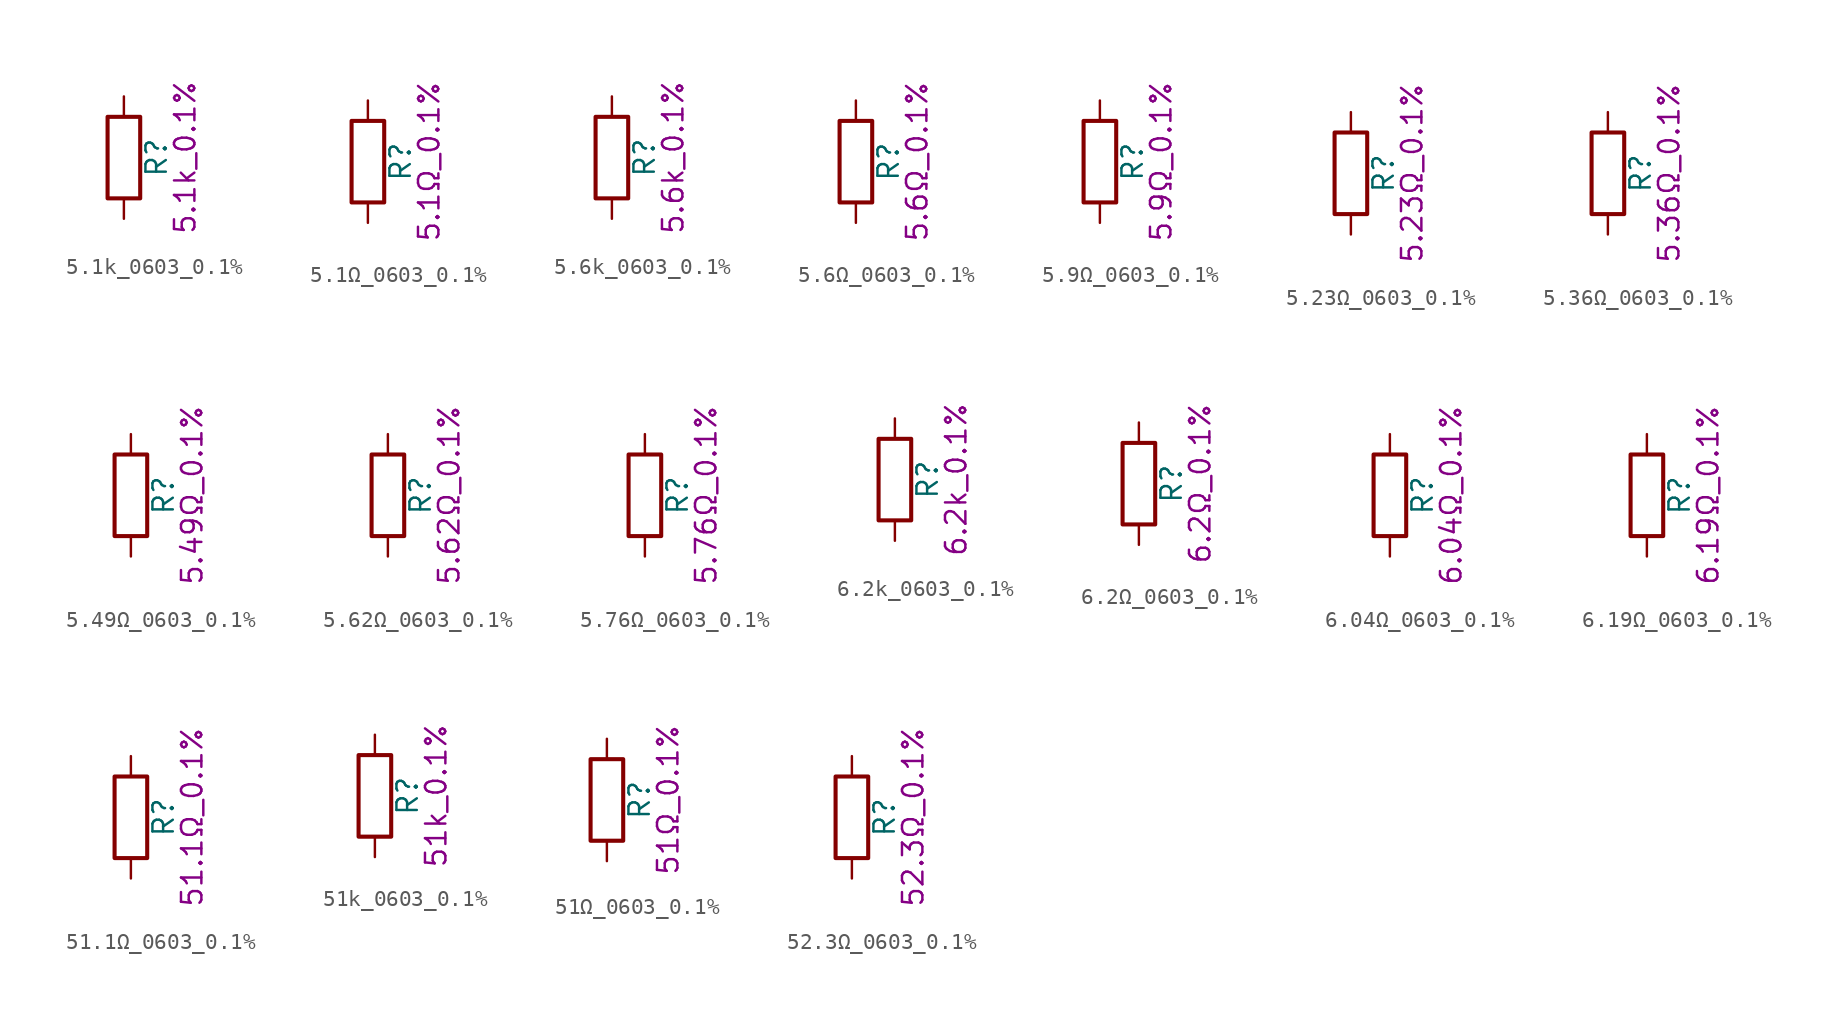
<source format=kicad_sym>
(kicad_symbol_lib
  (version 20211014)
  (generator kicad_symbol_editor)
  (symbol "5.1k_0603_0.1%"
    (pin_numbers hide)
    (pin_names
      (offset 0))
    (property "Reference" "R"
      (at 2.032 0 90)
      (effects (font (size 1.27 1.27))))
    (property "Display" "5.1k_0.1%"
      (at 3.81 0 90)
      (effects (font (size 1.27 1.27))))
    (symbol "5.1k_0603_0.1%_0_1"
      (rectangle (start -1.016 -2.54) (end 1.016 2.54) (stroke (width 0.254) (type default) (color 0 0 0 0)) (fill (type none))))
    (symbol "5.1k_0603_0.1%_1_1"
      (pin passive line (at 0 3.81 270) (length 1.27) (name "~" (effects (font (size 1.27 1.27)))) (number "1" (effects (font (size 1.27 1.27)))))
      (pin passive line (at 0 -3.81 90) (length 1.27) (name "~" (effects (font (size 1.27 1.27)))) (number "2" (effects (font (size 1.27 1.27)))))))
  (symbol "5.1Ω_0603_0.1%"
    (pin_numbers hide)
    (pin_names
      (offset 0))
    (property "Reference" "R"
      (at 2.032 0 90)
      (effects (font (size 1.27 1.27))))
    (property "Display" "5.1Ω_0.1%"
      (at 3.81 0 90)
      (effects (font (size 1.27 1.27))))
    (symbol "5.1Ω_0603_0.1%_0_1"
      (rectangle (start -1.016 -2.54) (end 1.016 2.54) (stroke (width 0.254) (type default) (color 0 0 0 0)) (fill (type none))))
    (symbol "5.1Ω_0603_0.1%_1_1"
      (pin passive line (at 0 3.81 270) (length 1.27) (name "~" (effects (font (size 1.27 1.27)))) (number "1" (effects (font (size 1.27 1.27)))))
      (pin passive line (at 0 -3.81 90) (length 1.27) (name "~" (effects (font (size 1.27 1.27)))) (number "2" (effects (font (size 1.27 1.27)))))))
  (symbol "5.6k_0603_0.1%"
    (pin_numbers hide)
    (pin_names
      (offset 0))
    (property "Reference" "R"
      (at 2.032 0 90)
      (effects (font (size 1.27 1.27))))
    (property "Display" "5.6k_0.1%"
      (at 3.81 0 90)
      (effects (font (size 1.27 1.27))))
    (symbol "5.6k_0603_0.1%_0_1"
      (rectangle (start -1.016 -2.54) (end 1.016 2.54) (stroke (width 0.254) (type default) (color 0 0 0 0)) (fill (type none))))
    (symbol "5.6k_0603_0.1%_1_1"
      (pin passive line (at 0 3.81 270) (length 1.27) (name "~" (effects (font (size 1.27 1.27)))) (number "1" (effects (font (size 1.27 1.27)))))
      (pin passive line (at 0 -3.81 90) (length 1.27) (name "~" (effects (font (size 1.27 1.27)))) (number "2" (effects (font (size 1.27 1.27)))))))
  (symbol "5.6Ω_0603_0.1%"
    (pin_numbers hide)
    (pin_names
      (offset 0))
    (property "Reference" "R"
      (at 2.032 0 90)
      (effects (font (size 1.27 1.27))))
    (property "Display" "5.6Ω_0.1%"
      (at 3.81 0 90)
      (effects (font (size 1.27 1.27))))
    (symbol "5.6Ω_0603_0.1%_0_1"
      (rectangle (start -1.016 -2.54) (end 1.016 2.54) (stroke (width 0.254) (type default) (color 0 0 0 0)) (fill (type none))))
    (symbol "5.6Ω_0603_0.1%_1_1"
      (pin passive line (at 0 3.81 270) (length 1.27) (name "~" (effects (font (size 1.27 1.27)))) (number "1" (effects (font (size 1.27 1.27)))))
      (pin passive line (at 0 -3.81 90) (length 1.27) (name "~" (effects (font (size 1.27 1.27)))) (number "2" (effects (font (size 1.27 1.27)))))))
  (symbol "5.9Ω_0603_0.1%"
    (pin_numbers hide)
    (pin_names
      (offset 0))
    (property "Reference" "R"
      (at 2.032 0 90)
      (effects (font (size 1.27 1.27))))
    (property "Display" "5.9Ω_0.1%"
      (at 3.81 0 90)
      (effects (font (size 1.27 1.27))))
    (symbol "5.9Ω_0603_0.1%_0_1"
      (rectangle (start -1.016 -2.54) (end 1.016 2.54) (stroke (width 0.254) (type default) (color 0 0 0 0)) (fill (type none))))
    (symbol "5.9Ω_0603_0.1%_1_1"
      (pin passive line (at 0 3.81 270) (length 1.27) (name "~" (effects (font (size 1.27 1.27)))) (number "1" (effects (font (size 1.27 1.27)))))
      (pin passive line (at 0 -3.81 90) (length 1.27) (name "~" (effects (font (size 1.27 1.27)))) (number "2" (effects (font (size 1.27 1.27)))))))
  (symbol "5.23Ω_0603_0.1%"
    (pin_numbers hide)
    (pin_names
      (offset 0))
    (property "Reference" "R"
      (at 2.032 0 90)
      (effects (font (size 1.27 1.27))))
    (property "Display" "5.23Ω_0.1%"
      (at 3.81 0 90)
      (effects (font (size 1.27 1.27))))
    (symbol "5.23Ω_0603_0.1%_0_1"
      (rectangle (start -1.016 -2.54) (end 1.016 2.54) (stroke (width 0.254) (type default) (color 0 0 0 0)) (fill (type none))))
    (symbol "5.23Ω_0603_0.1%_1_1"
      (pin passive line (at 0 3.81 270) (length 1.27) (name "~" (effects (font (size 1.27 1.27)))) (number "1" (effects (font (size 1.27 1.27)))))
      (pin passive line (at 0 -3.81 90) (length 1.27) (name "~" (effects (font (size 1.27 1.27)))) (number "2" (effects (font (size 1.27 1.27)))))))
  (symbol "5.36Ω_0603_0.1%"
    (pin_numbers hide)
    (pin_names
      (offset 0))
    (property "Reference" "R"
      (at 2.032 0 90)
      (effects (font (size 1.27 1.27))))
    (property "Display" "5.36Ω_0.1%"
      (at 3.81 0 90)
      (effects (font (size 1.27 1.27))))
    (symbol "5.36Ω_0603_0.1%_0_1"
      (rectangle (start -1.016 -2.54) (end 1.016 2.54) (stroke (width 0.254) (type default) (color 0 0 0 0)) (fill (type none))))
    (symbol "5.36Ω_0603_0.1%_1_1"
      (pin passive line (at 0 3.81 270) (length 1.27) (name "~" (effects (font (size 1.27 1.27)))) (number "1" (effects (font (size 1.27 1.27)))))
      (pin passive line (at 0 -3.81 90) (length 1.27) (name "~" (effects (font (size 1.27 1.27)))) (number "2" (effects (font (size 1.27 1.27)))))))
  (symbol "5.49Ω_0603_0.1%"
    (pin_numbers hide)
    (pin_names
      (offset 0))
    (property "Reference" "R"
      (at 2.032 0 90)
      (effects (font (size 1.27 1.27))))
    (property "Display" "5.49Ω_0.1%"
      (at 3.81 0 90)
      (effects (font (size 1.27 1.27))))
    (symbol "5.49Ω_0603_0.1%_0_1"
      (rectangle (start -1.016 -2.54) (end 1.016 2.54) (stroke (width 0.254) (type default) (color 0 0 0 0)) (fill (type none))))
    (symbol "5.49Ω_0603_0.1%_1_1"
      (pin passive line (at 0 3.81 270) (length 1.27) (name "~" (effects (font (size 1.27 1.27)))) (number "1" (effects (font (size 1.27 1.27)))))
      (pin passive line (at 0 -3.81 90) (length 1.27) (name "~" (effects (font (size 1.27 1.27)))) (number "2" (effects (font (size 1.27 1.27)))))))
  (symbol "5.62Ω_0603_0.1%"
    (pin_numbers hide)
    (pin_names
      (offset 0))
    (property "Reference" "R"
      (at 2.032 0 90)
      (effects (font (size 1.27 1.27))))
    (property "Display" "5.62Ω_0.1%"
      (at 3.81 0 90)
      (effects (font (size 1.27 1.27))))
    (symbol "5.62Ω_0603_0.1%_0_1"
      (rectangle (start -1.016 -2.54) (end 1.016 2.54) (stroke (width 0.254) (type default) (color 0 0 0 0)) (fill (type none))))
    (symbol "5.62Ω_0603_0.1%_1_1"
      (pin passive line (at 0 3.81 270) (length 1.27) (name "~" (effects (font (size 1.27 1.27)))) (number "1" (effects (font (size 1.27 1.27)))))
      (pin passive line (at 0 -3.81 90) (length 1.27) (name "~" (effects (font (size 1.27 1.27)))) (number "2" (effects (font (size 1.27 1.27)))))))
  (symbol "5.76Ω_0603_0.1%"
    (pin_numbers hide)
    (pin_names
      (offset 0))
    (property "Reference" "R"
      (at 2.032 0 90)
      (effects (font (size 1.27 1.27))))
    (property "Display" "5.76Ω_0.1%"
      (at 3.81 0 90)
      (effects (font (size 1.27 1.27))))
    (symbol "5.76Ω_0603_0.1%_0_1"
      (rectangle (start -1.016 -2.54) (end 1.016 2.54) (stroke (width 0.254) (type default) (color 0 0 0 0)) (fill (type none))))
    (symbol "5.76Ω_0603_0.1%_1_1"
      (pin passive line (at 0 3.81 270) (length 1.27) (name "~" (effects (font (size 1.27 1.27)))) (number "1" (effects (font (size 1.27 1.27)))))
      (pin passive line (at 0 -3.81 90) (length 1.27) (name "~" (effects (font (size 1.27 1.27)))) (number "2" (effects (font (size 1.27 1.27)))))))
  (symbol "6.2k_0603_0.1%"
    (pin_numbers hide)
    (pin_names
      (offset 0))
    (property "Reference" "R"
      (at 2.032 0 90)
      (effects (font (size 1.27 1.27))))
    (property "Display" "6.2k_0.1%"
      (at 3.81 0 90)
      (effects (font (size 1.27 1.27))))
    (symbol "6.2k_0603_0.1%_0_1"
      (rectangle (start -1.016 -2.54) (end 1.016 2.54) (stroke (width 0.254) (type default) (color 0 0 0 0)) (fill (type none))))
    (symbol "6.2k_0603_0.1%_1_1"
      (pin passive line (at 0 3.81 270) (length 1.27) (name "~" (effects (font (size 1.27 1.27)))) (number "1" (effects (font (size 1.27 1.27)))))
      (pin passive line (at 0 -3.81 90) (length 1.27) (name "~" (effects (font (size 1.27 1.27)))) (number "2" (effects (font (size 1.27 1.27)))))))
  (symbol "6.2Ω_0603_0.1%"
    (pin_numbers hide)
    (pin_names
      (offset 0))
    (property "Reference" "R"
      (at 2.032 0 90)
      (effects (font (size 1.27 1.27))))
    (property "Display" "6.2Ω_0.1%"
      (at 3.81 0 90)
      (effects (font (size 1.27 1.27))))
    (symbol "6.2Ω_0603_0.1%_0_1"
      (rectangle (start -1.016 -2.54) (end 1.016 2.54) (stroke (width 0.254) (type default) (color 0 0 0 0)) (fill (type none))))
    (symbol "6.2Ω_0603_0.1%_1_1"
      (pin passive line (at 0 3.81 270) (length 1.27) (name "~" (effects (font (size 1.27 1.27)))) (number "1" (effects (font (size 1.27 1.27)))))
      (pin passive line (at 0 -3.81 90) (length 1.27) (name "~" (effects (font (size 1.27 1.27)))) (number "2" (effects (font (size 1.27 1.27)))))))
  (symbol "6.04Ω_0603_0.1%"
    (pin_numbers hide)
    (pin_names
      (offset 0))
    (property "Reference" "R"
      (at 2.032 0 90)
      (effects (font (size 1.27 1.27))))
    (property "Display" "6.04Ω_0.1%"
      (at 3.81 0 90)
      (effects (font (size 1.27 1.27))))
    (symbol "6.04Ω_0603_0.1%_0_1"
      (rectangle (start -1.016 -2.54) (end 1.016 2.54) (stroke (width 0.254) (type default) (color 0 0 0 0)) (fill (type none))))
    (symbol "6.04Ω_0603_0.1%_1_1"
      (pin passive line (at 0 3.81 270) (length 1.27) (name "~" (effects (font (size 1.27 1.27)))) (number "1" (effects (font (size 1.27 1.27)))))
      (pin passive line (at 0 -3.81 90) (length 1.27) (name "~" (effects (font (size 1.27 1.27)))) (number "2" (effects (font (size 1.27 1.27)))))))
  (symbol "6.19Ω_0603_0.1%"
    (pin_numbers hide)
    (pin_names
      (offset 0))
    (property "Reference" "R"
      (at 2.032 0 90)
      (effects (font (size 1.27 1.27))))
    (property "Display" "6.19Ω_0.1%"
      (at 3.81 0 90)
      (effects (font (size 1.27 1.27))))
    (symbol "6.19Ω_0603_0.1%_0_1"
      (rectangle (start -1.016 -2.54) (end 1.016 2.54) (stroke (width 0.254) (type default) (color 0 0 0 0)) (fill (type none))))
    (symbol "6.19Ω_0603_0.1%_1_1"
      (pin passive line (at 0 3.81 270) (length 1.27) (name "~" (effects (font (size 1.27 1.27)))) (number "1" (effects (font (size 1.27 1.27)))))
      (pin passive line (at 0 -3.81 90) (length 1.27) (name "~" (effects (font (size 1.27 1.27)))) (number "2" (effects (font (size 1.27 1.27)))))))
  (symbol "51.1Ω_0603_0.1%"
    (pin_numbers hide)
    (pin_names
      (offset 0))
    (property "Reference" "R"
      (at 2.032 0 90)
      (effects (font (size 1.27 1.27))))
    (property "Display" "51.1Ω_0.1%"
      (at 3.81 0 90)
      (effects (font (size 1.27 1.27))))
    (symbol "51.1Ω_0603_0.1%_0_1"
      (rectangle (start -1.016 -2.54) (end 1.016 2.54) (stroke (width 0.254) (type default) (color 0 0 0 0)) (fill (type none))))
    (symbol "51.1Ω_0603_0.1%_1_1"
      (pin passive line (at 0 3.81 270) (length 1.27) (name "~" (effects (font (size 1.27 1.27)))) (number "1" (effects (font (size 1.27 1.27)))))
      (pin passive line (at 0 -3.81 90) (length 1.27) (name "~" (effects (font (size 1.27 1.27)))) (number "2" (effects (font (size 1.27 1.27)))))))
  (symbol "51k_0603_0.1%"
    (pin_numbers hide)
    (pin_names
      (offset 0))
    (property "Reference" "R"
      (at 2.032 0 90)
      (effects (font (size 1.27 1.27))))
    (property "Display" "51k_0.1%"
      (at 3.81 0 90)
      (effects (font (size 1.27 1.27))))
    (symbol "51k_0603_0.1%_0_1"
      (rectangle (start -1.016 -2.54) (end 1.016 2.54) (stroke (width 0.254) (type default) (color 0 0 0 0)) (fill (type none))))
    (symbol "51k_0603_0.1%_1_1"
      (pin passive line (at 0 3.81 270) (length 1.27) (name "~" (effects (font (size 1.27 1.27)))) (number "1" (effects (font (size 1.27 1.27)))))
      (pin passive line (at 0 -3.81 90) (length 1.27) (name "~" (effects (font (size 1.27 1.27)))) (number "2" (effects (font (size 1.27 1.27)))))))
  (symbol "51Ω_0603_0.1%"
    (pin_numbers hide)
    (pin_names
      (offset 0))
    (property "Reference" "R"
      (at 2.032 0 90)
      (effects (font (size 1.27 1.27))))
    (property "Display" "51Ω_0.1%"
      (at 3.81 0 90)
      (effects (font (size 1.27 1.27))))
    (symbol "51Ω_0603_0.1%_0_1"
      (rectangle (start -1.016 -2.54) (end 1.016 2.54) (stroke (width 0.254) (type default) (color 0 0 0 0)) (fill (type none))))
    (symbol "51Ω_0603_0.1%_1_1"
      (pin passive line (at 0 3.81 270) (length 1.27) (name "~" (effects (font (size 1.27 1.27)))) (number "1" (effects (font (size 1.27 1.27)))))
      (pin passive line (at 0 -3.81 90) (length 1.27) (name "~" (effects (font (size 1.27 1.27)))) (number "2" (effects (font (size 1.27 1.27)))))))
  (symbol "52.3Ω_0603_0.1%"
    (pin_numbers hide)
    (pin_names
      (offset 0))
    (property "Reference" "R"
      (at 2.032 0 90)
      (effects (font (size 1.27 1.27))))
    (property "Display" "52.3Ω_0.1%"
      (at 3.81 0 90)
      (effects (font (size 1.27 1.27))))
    (symbol "52.3Ω_0603_0.1%_0_1"
      (rectangle (start -1.016 -2.54) (end 1.016 2.54) (stroke (width 0.254) (type default) (color 0 0 0 0)) (fill (type none))))
    (symbol "52.3Ω_0603_0.1%_1_1"
      (pin passive line (at 0 3.81 270) (length 1.27) (name "~" (effects (font (size 1.27 1.27)))) (number "1" (effects (font (size 1.27 1.27)))))
      (pin passive line (at 0 -3.81 90) (length 1.27) (name "~" (effects (font (size 1.27 1.27)))) (number "2" (effects (font (size 1.27 1.27))))))))
</source>
